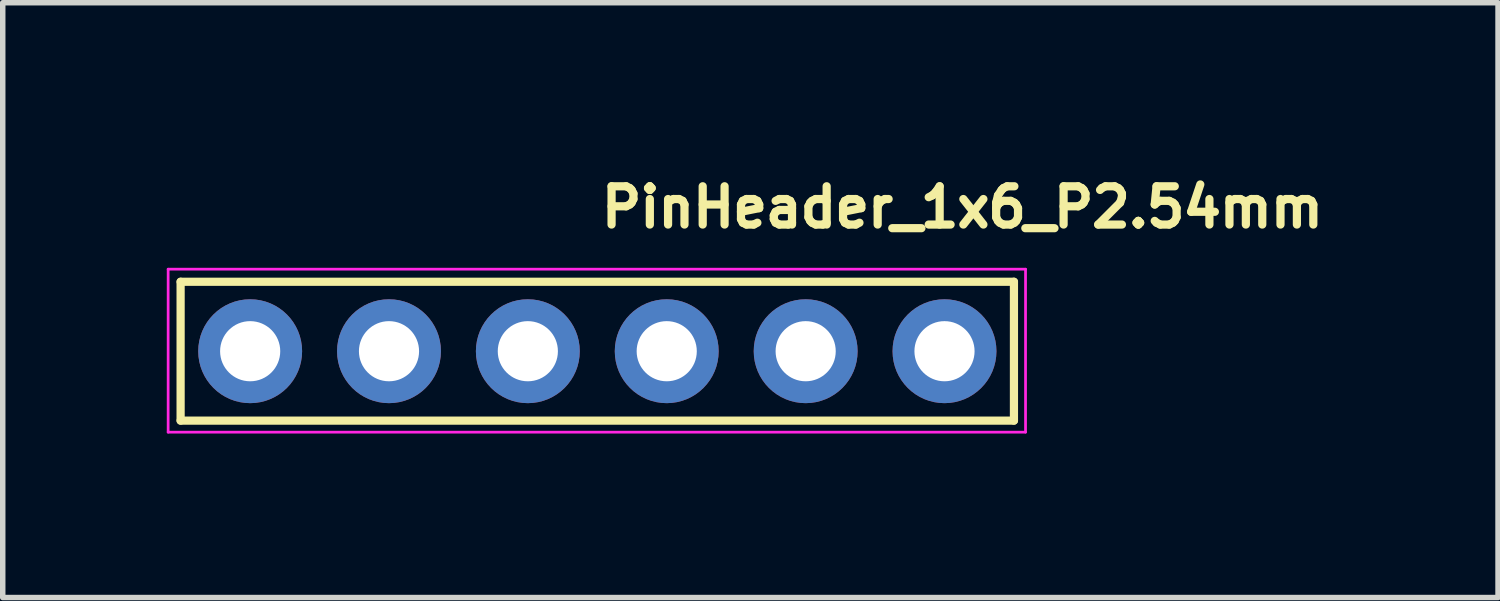
<source format=kicad_pcb>
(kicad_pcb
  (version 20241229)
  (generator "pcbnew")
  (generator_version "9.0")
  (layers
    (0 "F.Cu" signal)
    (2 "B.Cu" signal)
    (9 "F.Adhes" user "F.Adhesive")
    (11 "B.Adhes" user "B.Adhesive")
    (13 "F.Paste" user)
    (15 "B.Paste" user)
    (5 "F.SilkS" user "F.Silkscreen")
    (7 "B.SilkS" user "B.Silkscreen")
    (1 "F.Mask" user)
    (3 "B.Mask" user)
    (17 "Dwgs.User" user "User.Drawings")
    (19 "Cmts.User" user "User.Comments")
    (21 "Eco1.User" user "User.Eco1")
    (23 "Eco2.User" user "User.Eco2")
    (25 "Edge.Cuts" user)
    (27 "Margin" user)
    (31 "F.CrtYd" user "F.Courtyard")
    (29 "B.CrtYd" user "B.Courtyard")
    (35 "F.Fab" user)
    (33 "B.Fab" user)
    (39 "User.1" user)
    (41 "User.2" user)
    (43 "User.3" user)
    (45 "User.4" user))
  (footprint "PinHeader_1x6_P2.54mm"
    (layer "F.Cu")
    (at 1.525 3.373)
    (property "Reference" "PinHeader_1x6_P2.54mm" (at 6.344 -2.223 0) (layer "F.SilkS") (effects (font (size 0.7 0.7) (thickness 0.15)) (justify left bottom)))
    (attr through_hole)
    (fp_line (start -1.272 -1.27) (end -1.272 1.269) (stroke (width 0.15) (type solid)) (layer "F.SilkS"))
    (fp_line (start -1.272 1.269) (end 13.968 1.269) (stroke (width 0.15) (type solid)) (layer "F.SilkS"))
    (fp_line (start 13.968 -1.27) (end -1.272 -1.27) (stroke (width 0.15) (type solid)) (layer "F.SilkS"))
    (fp_line (start 13.968 1.269) (end 13.968 -1.27) (stroke (width 0.15) (type solid)) (layer "F.SilkS"))
    (fp_line (start -1.5 -1.5) (end 14.18 -1.5) (stroke (width 0.05) (type solid)) (layer "F.CrtYd"))
    (fp_line (start -1.5 1.48) (end -1.5 -1.5) (stroke (width 0.05) (type solid)) (layer "F.CrtYd"))
    (fp_line (start 14.18 -1.5) (end 14.18 1.48) (stroke (width 0.05) (type solid)) (layer "F.CrtYd"))
    (fp_line (start 14.18 1.48) (end -1.5 1.48) (stroke (width 0.05) (type solid)) (layer "F.CrtYd"))
    (fp_rect (start -1.272 -1.27) (end 13.968 1.269) (stroke (width 0.1) (type solid)) (fill no) (layer "User.5"))
    (fp_line (start -1.272 0.77) (end -1.272 -0.772) (stroke (width 0.02) (type solid)) (layer "User.9"))
    (fp_line (start -1.272 0.77) (end -1.022 1.269) (stroke (width 0.02) (type solid)) (layer "User.9"))
    (fp_line (start -1.022 -1.27) (end -1.272 -0.772) (stroke (width 0.02) (type solid)) (layer "User.9"))
    (fp_line (start -0.322 -0.32) (end -0.121 -0.12) (stroke (width 0.02) (type solid)) (layer "User.9"))
    (fp_line (start -0.322 -0.32) (end 0.318 -0.32) (stroke (width 0.02) (type solid)) (layer "User.9"))
    (fp_line (start -0.322 0.32) (end -0.322 -0.32) (stroke (width 0.02) (type solid)) (layer "User.9"))
    (fp_line (start -0.121 -0.12) (end -0.121 0.119) (stroke (width 0.02) (type solid)) (layer "User.9"))
    (fp_line (start -0.121 0.119) (end -0.322 0.32) (stroke (width 0.02) (type solid)) (layer "User.9"))
    (fp_line (start -0.121 0.119) (end 0.119 0.119) (stroke (width 0.02) (type solid)) (layer "User.9"))
    (fp_line (start 0.119 -0.12) (end -0.121 -0.12) (stroke (width 0.02) (type solid)) (layer "User.9"))
    (fp_line (start 0.119 -0.12) (end 0.318 -0.32) (stroke (width 0.02) (type solid)) (layer "User.9"))
    (fp_line (start 0.119 0.119) (end 0.119 -0.12) (stroke (width 0.02) (type solid)) (layer "User.9"))
    (fp_line (start 0.119 0.119) (end 0.318 0.32) (stroke (width 0.02) (type solid)) (layer "User.9"))
    (fp_line (start 0.318 -0.32) (end 0.318 0.32) (stroke (width 0.02) (type solid)) (layer "User.9"))
    (fp_line (start 0.318 0.32) (end -0.322 0.32) (stroke (width 0.02) (type solid)) (layer "User.9"))
    (fp_line (start 1.019 -1.27) (end -1.022 -1.27) (stroke (width 0.02) (type solid)) (layer "User.9"))
    (fp_line (start 1.019 1.269) (end -1.022 1.269) (stroke (width 0.02) (type solid)) (layer "User.9"))
    (fp_line (start 1.019 1.269) (end 1.269 0.77) (stroke (width 0.02) (type solid)) (layer "User.9"))
    (fp_line (start 1.269 -0.772) (end 1.019 -1.27) (stroke (width 0.02) (type solid)) (layer "User.9"))
    (fp_line (start 1.269 0.77) (end 1.519 1.269) (stroke (width 0.02) (type solid)) (layer "User.9"))
    (fp_line (start 1.519 -1.27) (end 1.269 -0.772) (stroke (width 0.02) (type solid)) (layer "User.9"))
    (fp_line (start 2.218 -0.32) (end 2.418 -0.12) (stroke (width 0.02) (type solid)) (layer "User.9"))
    (fp_line (start 2.218 -0.32) (end 2.858 -0.32) (stroke (width 0.02) (type solid)) (layer "User.9"))
    (fp_line (start 2.218 0.32) (end 2.218 -0.32) (stroke (width 0.02) (type solid)) (layer "User.9"))
    (fp_line (start 2.418 -0.12) (end 2.418 0.119) (stroke (width 0.02) (type solid)) (layer "User.9"))
    (fp_line (start 2.418 0.119) (end 2.218 0.32) (stroke (width 0.02) (type solid)) (layer "User.9"))
    (fp_line (start 2.418 0.119) (end 2.659 0.119) (stroke (width 0.02) (type solid)) (layer "User.9"))
    (fp_line (start 2.659 -0.12) (end 2.418 -0.12) (stroke (width 0.02) (type solid)) (layer "User.9"))
    (fp_line (start 2.659 -0.12) (end 2.858 -0.32) (stroke (width 0.02) (type solid)) (layer "User.9"))
    (fp_line (start 2.659 0.119) (end 2.659 -0.12) (stroke (width 0.02) (type solid)) (layer "User.9"))
    (fp_line (start 2.659 0.119) (end 2.858 0.32) (stroke (width 0.02) (type solid)) (layer "User.9"))
    (fp_line (start 2.858 -0.32) (end 2.858 0.32) (stroke (width 0.02) (type solid)) (layer "User.9"))
    (fp_line (start 2.858 0.32) (end 2.218 0.32) (stroke (width 0.02) (type solid)) (layer "User.9"))
    (fp_line (start 3.559 -1.27) (end 1.519 -1.27) (stroke (width 0.02) (type solid)) (layer "User.9"))
    (fp_line (start 3.559 1.269) (end 1.519 1.269) (stroke (width 0.02) (type solid)) (layer "User.9"))
    (fp_line (start 3.559 1.269) (end 3.809 0.77) (stroke (width 0.02) (type solid)) (layer "User.9"))
    (fp_line (start 3.809 -0.772) (end 3.559 -1.27) (stroke (width 0.02) (type solid)) (layer "User.9"))
    (fp_line (start 3.809 0.77) (end 4.059 1.269) (stroke (width 0.02) (type solid)) (layer "User.9"))
    (fp_line (start 4.059 -1.27) (end 3.809 -0.772) (stroke (width 0.02) (type solid)) (layer "User.9"))
    (fp_line (start 4.759 -0.32) (end 4.959 -0.12) (stroke (width 0.02) (type solid)) (layer "User.9"))
    (fp_line (start 4.759 -0.32) (end 5.398 -0.32) (stroke (width 0.02) (type solid)) (layer "User.9"))
    (fp_line (start 4.759 0.32) (end 4.759 -0.32) (stroke (width 0.02) (type solid)) (layer "User.9"))
    (fp_line (start 4.959 -0.12) (end 4.959 0.119) (stroke (width 0.02) (type solid)) (layer "User.9"))
    (fp_line (start 4.959 0.119) (end 4.759 0.32) (stroke (width 0.02) (type solid)) (layer "User.9"))
    (fp_line (start 4.959 0.119) (end 5.198 0.119) (stroke (width 0.02) (type solid)) (layer "User.9"))
    (fp_line (start 5.198 -0.12) (end 4.959 -0.12) (stroke (width 0.02) (type solid)) (layer "User.9"))
    (fp_line (start 5.198 -0.12) (end 5.398 -0.32) (stroke (width 0.02) (type solid)) (layer "User.9"))
    (fp_line (start 5.198 0.119) (end 5.198 -0.12) (stroke (width 0.02) (type solid)) (layer "User.9"))
    (fp_line (start 5.198 0.119) (end 5.398 0.32) (stroke (width 0.02) (type solid)) (layer "User.9"))
    (fp_line (start 5.398 -0.32) (end 5.398 0.32) (stroke (width 0.02) (type solid)) (layer "User.9"))
    (fp_line (start 5.398 0.32) (end 4.759 0.32) (stroke (width 0.02) (type solid)) (layer "User.9"))
    (fp_line (start 6.099 -1.27) (end 4.059 -1.27) (stroke (width 0.02) (type solid)) (layer "User.9"))
    (fp_line (start 6.099 1.269) (end 4.059 1.269) (stroke (width 0.02) (type solid)) (layer "User.9"))
    (fp_line (start 6.099 1.269) (end 6.349 0.77) (stroke (width 0.02) (type solid)) (layer "User.9"))
    (fp_line (start 6.349 -0.772) (end 6.099 -1.27) (stroke (width 0.02) (type solid)) (layer "User.9"))
    (fp_line (start 6.349 0.77) (end 6.599 1.269) (stroke (width 0.02) (type solid)) (layer "User.9"))
    (fp_line (start 6.599 -1.27) (end 6.349 -0.772) (stroke (width 0.02) (type solid)) (layer "User.9"))
    (fp_line (start 7.299 -0.32) (end 7.499 -0.12) (stroke (width 0.02) (type solid)) (layer "User.9"))
    (fp_line (start 7.299 -0.32) (end 7.938 -0.32) (stroke (width 0.02) (type solid)) (layer "User.9"))
    (fp_line (start 7.299 0.32) (end 7.299 -0.32) (stroke (width 0.02) (type solid)) (layer "User.9"))
    (fp_line (start 7.499 -0.12) (end 7.499 0.119) (stroke (width 0.02) (type solid)) (layer "User.9"))
    (fp_line (start 7.499 0.119) (end 7.299 0.32) (stroke (width 0.02) (type solid)) (layer "User.9"))
    (fp_line (start 7.499 0.119) (end 7.738 0.119) (stroke (width 0.02) (type solid)) (layer "User.9"))
    (fp_line (start 7.738 -0.12) (end 7.499 -0.12) (stroke (width 0.02) (type solid)) (layer "User.9"))
    (fp_line (start 7.738 -0.12) (end 7.938 -0.32) (stroke (width 0.02) (type solid)) (layer "User.9"))
    (fp_line (start 7.738 0.119) (end 7.738 -0.12) (stroke (width 0.02) (type solid)) (layer "User.9"))
    (fp_line (start 7.738 0.119) (end 7.938 0.32) (stroke (width 0.02) (type solid)) (layer "User.9"))
    (fp_line (start 7.938 -0.32) (end 7.938 0.32) (stroke (width 0.02) (type solid)) (layer "User.9"))
    (fp_line (start 7.938 0.32) (end 7.299 0.32) (stroke (width 0.02) (type solid)) (layer "User.9"))
    (fp_line (start 8.64 -1.27) (end 6.599 -1.27) (stroke (width 0.02) (type solid)) (layer "User.9"))
    (fp_line (start 8.64 1.269) (end 6.599 1.269) (stroke (width 0.02) (type solid)) (layer "User.9"))
    (fp_line (start 8.64 1.269) (end 8.89 0.77) (stroke (width 0.02) (type solid)) (layer "User.9"))
    (fp_line (start 8.89 -0.772) (end 8.64 -1.27) (stroke (width 0.02) (type solid)) (layer "User.9"))
    (fp_line (start 8.89 0.77) (end 9.14 1.269) (stroke (width 0.02) (type solid)) (layer "User.9"))
    (fp_line (start 9.14 -1.27) (end 8.89 -0.772) (stroke (width 0.02) (type solid)) (layer "User.9"))
    (fp_line (start 9.839 -0.32) (end 10.038 -0.12) (stroke (width 0.02) (type solid)) (layer "User.9"))
    (fp_line (start 9.839 -0.32) (end 10.48 -0.32) (stroke (width 0.02) (type solid)) (layer "User.9"))
    (fp_line (start 9.839 0.32) (end 9.839 -0.32) (stroke (width 0.02) (type solid)) (layer "User.9"))
    (fp_line (start 10.038 -0.12) (end 10.038 0.119) (stroke (width 0.02) (type solid)) (layer "User.9"))
    (fp_line (start 10.038 0.119) (end 9.839 0.32) (stroke (width 0.02) (type solid)) (layer "User.9"))
    (fp_line (start 10.038 0.119) (end 10.278 0.119) (stroke (width 0.02) (type solid)) (layer "User.9"))
    (fp_line (start 10.278 -0.12) (end 10.038 -0.12) (stroke (width 0.02) (type solid)) (layer "User.9"))
    (fp_line (start 10.278 -0.12) (end 10.48 -0.32) (stroke (width 0.02) (type solid)) (layer "User.9"))
    (fp_line (start 10.278 0.119) (end 10.278 -0.12) (stroke (width 0.02) (type solid)) (layer "User.9"))
    (fp_line (start 10.278 0.119) (end 10.48 0.32) (stroke (width 0.02) (type solid)) (layer "User.9"))
    (fp_line (start 10.48 -0.32) (end 10.48 0.32) (stroke (width 0.02) (type solid)) (layer "User.9"))
    (fp_line (start 10.48 0.32) (end 9.839 0.32) (stroke (width 0.02) (type solid)) (layer "User.9"))
    (fp_line (start 11.179 -1.27) (end 9.14 -1.27) (stroke (width 0.02) (type solid)) (layer "User.9"))
    (fp_line (start 11.179 1.269) (end 9.14 1.269) (stroke (width 0.02) (type solid)) (layer "User.9"))
    (fp_line (start 11.179 1.269) (end 11.429 0.77) (stroke (width 0.02) (type solid)) (layer "User.9"))
    (fp_line (start 11.429 -0.772) (end 11.179 -1.27) (stroke (width 0.02) (type solid)) (layer "User.9"))
    (fp_line (start 11.429 0.77) (end 11.679 1.269) (stroke (width 0.02) (type solid)) (layer "User.9"))
    (fp_line (start 11.679 -1.27) (end 11.429 -0.772) (stroke (width 0.02) (type solid)) (layer "User.9"))
    (fp_line (start 12.378 -0.32) (end 12.579 -0.12) (stroke (width 0.02) (type solid)) (layer "User.9"))
    (fp_line (start 12.378 -0.32) (end 13.018 -0.32) (stroke (width 0.02) (type solid)) (layer "User.9"))
    (fp_line (start 12.378 0.32) (end 12.378 -0.32) (stroke (width 0.02) (type solid)) (layer "User.9"))
    (fp_line (start 12.579 -0.12) (end 12.579 0.119) (stroke (width 0.02) (type solid)) (layer "User.9"))
    (fp_line (start 12.579 0.119) (end 12.378 0.32) (stroke (width 0.02) (type solid)) (layer "User.9"))
    (fp_line (start 12.579 0.119) (end 12.82 0.119) (stroke (width 0.02) (type solid)) (layer "User.9"))
    (fp_line (start 12.82 -0.12) (end 12.579 -0.12) (stroke (width 0.02) (type solid)) (layer "User.9"))
    (fp_line (start 12.82 -0.12) (end 13.018 -0.32) (stroke (width 0.02) (type solid)) (layer "User.9"))
    (fp_line (start 12.82 0.119) (end 12.82 -0.12) (stroke (width 0.02) (type solid)) (layer "User.9"))
    (fp_line (start 12.82 0.119) (end 13.018 0.32) (stroke (width 0.02) (type solid)) (layer "User.9"))
    (fp_line (start 13.018 -0.32) (end 13.018 0.32) (stroke (width 0.02) (type solid)) (layer "User.9"))
    (fp_line (start 13.018 0.32) (end 12.378 0.32) (stroke (width 0.02) (type solid)) (layer "User.9"))
    (fp_line (start 13.718 -1.27) (end 11.679 -1.27) (stroke (width 0.02) (type solid)) (layer "User.9"))
    (fp_line (start 13.718 1.269) (end 11.679 1.269) (stroke (width 0.02) (type solid)) (layer "User.9"))
    (fp_line (start 13.718 1.269) (end 13.968 0.77) (stroke (width 0.02) (type solid)) (layer "User.9"))
    (fp_line (start 13.968 -0.772) (end 13.718 -1.27) (stroke (width 0.02) (type solid)) (layer "User.9"))
    (fp_line (start 13.968 0.77) (end 13.968 -0.772) (stroke (width 0.02) (type solid)) (layer "User.9"))
    (pad "1" thru_hole circle (at 0 0) (size 1.9 1.9) (drill 1.1) (layers "*.Cu" "*.Mask"))
    (pad "2" thru_hole circle (at 2.539 0) (size 1.9 1.9) (drill 1.1) (layers "*.Cu" "*.Mask"))
    (pad "3" thru_hole circle (at 5.078 0) (size 1.9 1.9) (drill 1.1) (layers "*.Cu" "*.Mask"))
    (pad "4" thru_hole circle (at 7.618 0) (size 1.9 1.9) (drill 1.1) (layers "*.Cu" "*.Mask"))
    (pad "5" thru_hole circle (at 10.159 0) (size 1.9 1.9) (drill 1.1) (layers "*.Cu" "*.Mask"))
    (pad "6" thru_hole circle (at 12.698 0) (size 1.9 1.9) (drill 1.1) (layers "*.Cu" "*.Mask")))
  (gr_rect
    (start -3 -3)
    (end 24.346 7.878)
    (stroke (width 0.1) (type default))
    (fill no)
    (layer "Edge.Cuts")))
</source>
